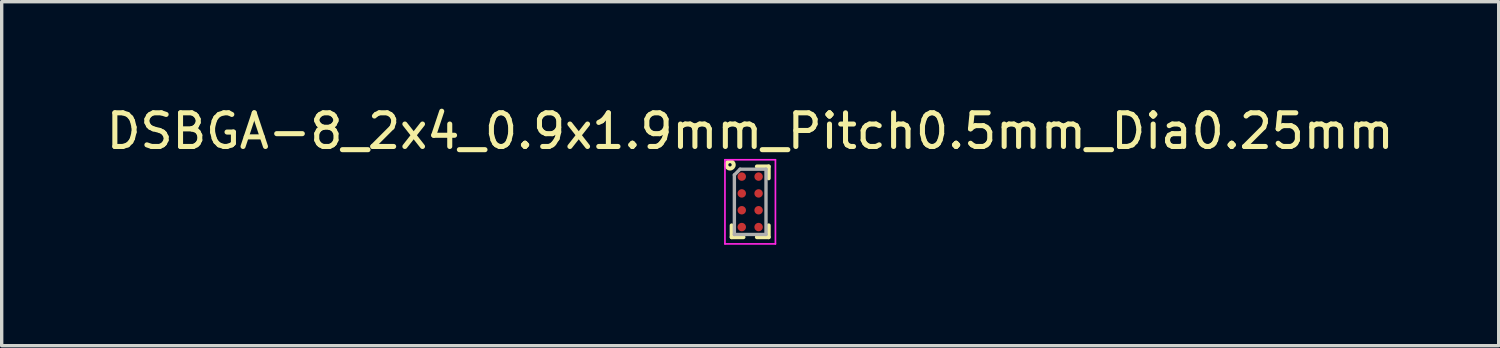
<source format=kicad_pcb>
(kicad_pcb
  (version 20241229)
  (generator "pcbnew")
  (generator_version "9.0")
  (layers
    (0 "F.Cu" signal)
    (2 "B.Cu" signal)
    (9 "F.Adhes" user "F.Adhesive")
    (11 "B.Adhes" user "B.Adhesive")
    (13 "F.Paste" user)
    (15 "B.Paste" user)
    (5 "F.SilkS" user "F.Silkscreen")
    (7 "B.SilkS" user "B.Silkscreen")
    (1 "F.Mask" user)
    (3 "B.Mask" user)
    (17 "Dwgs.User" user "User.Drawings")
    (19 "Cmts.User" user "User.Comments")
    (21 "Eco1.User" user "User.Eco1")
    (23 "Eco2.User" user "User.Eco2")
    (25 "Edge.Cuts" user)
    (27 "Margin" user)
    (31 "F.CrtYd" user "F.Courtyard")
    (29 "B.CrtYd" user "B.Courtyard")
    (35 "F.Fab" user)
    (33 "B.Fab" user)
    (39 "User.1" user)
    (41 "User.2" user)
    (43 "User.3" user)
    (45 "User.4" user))
  (footprint "DSBGA-8_2x4_0.9x1.9mm_Pitch0.5mm_Dia0.25mm"
    (layer "F.Cu")
    (at 19.244 2.948)
    (property "Reference" "DSBGA-8_2x4_0.9x1.9mm_Pitch0.5mm_Dia0.25mm" (at 0 -2.1 0) (layer "F.SilkS") (effects (font (size 1 1) (thickness 0.15))))
    (attr smd)
    (fp_line (start -0.55 0.7) (end -0.55 1.05) (stroke (width 0.12) (type solid)) (layer "F.SilkS"))
    (fp_line (start -0.55 1.05) (end -0.2 1.05) (stroke (width 0.12) (type solid)) (layer "F.SilkS"))
    (fp_line (start 0.2 1.05) (end 0.55 1.05) (stroke (width 0.12) (type solid)) (layer "F.SilkS"))
    (fp_line (start 0.55 -1.05) (end 0.2 -1.05) (stroke (width 0.12) (type solid)) (layer "F.SilkS"))
    (fp_line (start 0.55 -1.05) (end 0.55 -0.7) (stroke (width 0.12) (type solid)) (layer "F.SilkS"))
    (fp_line (start 0.55 1.05) (end 0.55 0.7) (stroke (width 0.12) (type solid)) (layer "F.SilkS"))
    (fp_circle (center -0.6 -1.1) (end -0.6 -1.05) (stroke (width 0.12) (type solid)) (fill no) (layer "F.SilkS"))
    (fp_line (start -0.75 -1.25) (end -0.75 1.25) (stroke (width 0.05) (type solid)) (layer "F.CrtYd"))
    (fp_line (start -0.75 1.25) (end 0.75 1.25) (stroke (width 0.05) (type solid)) (layer "F.CrtYd"))
    (fp_line (start 0.75 -1.25) (end -0.75 -1.25) (stroke (width 0.05) (type solid)) (layer "F.CrtYd"))
    (fp_line (start 0.75 1.25) (end 0.75 -1.25) (stroke (width 0.05) (type solid)) (layer "F.CrtYd"))
    (fp_line (start -0.47 -0.8) (end -0.47 0.97) (stroke (width 0.1) (type solid)) (layer "F.Fab"))
    (fp_line (start -0.47 -0.8) (end -0.3 -0.97) (stroke (width 0.1) (type solid)) (layer "F.Fab"))
    (fp_line (start -0.47 0.97) (end 0.47 0.97) (stroke (width 0.1) (type solid)) (layer "F.Fab"))
    (fp_line (start 0.47 -0.97) (end -0.3 -0.97) (stroke (width 0.1) (type solid)) (layer "F.Fab"))
    (fp_line (start 0.47 0.97) (end 0.47 -0.97) (stroke (width 0.1) (type solid)) (layer "F.Fab"))
    (pad "1" smd circle (at -0.25 -0.75) (size 0.25 0.25) (layers "F.Cu" "F.Mask" "F.Paste"))
    (pad "2" smd circle (at -0.25 -0.25) (size 0.25 0.25) (layers "F.Cu" "F.Mask" "F.Paste"))
    (pad "3" smd circle (at -0.25 0.25) (size 0.25 0.25) (layers "F.Cu" "F.Mask" "F.Paste"))
    (pad "4" smd circle (at -0.25 0.75) (size 0.25 0.25) (layers "F.Cu" "F.Mask" "F.Paste"))
    (pad "5" smd circle (at 0.25 0.75) (size 0.25 0.25) (layers "F.Cu" "F.Mask" "F.Paste"))
    (pad "6" smd circle (at 0.25 0.25) (size 0.25 0.25) (layers "F.Cu" "F.Mask" "F.Paste"))
    (pad "7" smd circle (at 0.25 -0.25) (size 0.25 0.25) (layers "F.Cu" "F.Mask" "F.Paste"))
    (pad "8" smd circle (at 0.25 -0.75) (size 0.25 0.25) (layers "F.Cu" "F.Mask" "F.Paste")))
  (gr_rect
    (start -3 -3)
    (end 41.488 7.223)
    (stroke (width 0.1) (type default))
    (fill no)
    (layer "Edge.Cuts")))
</source>
